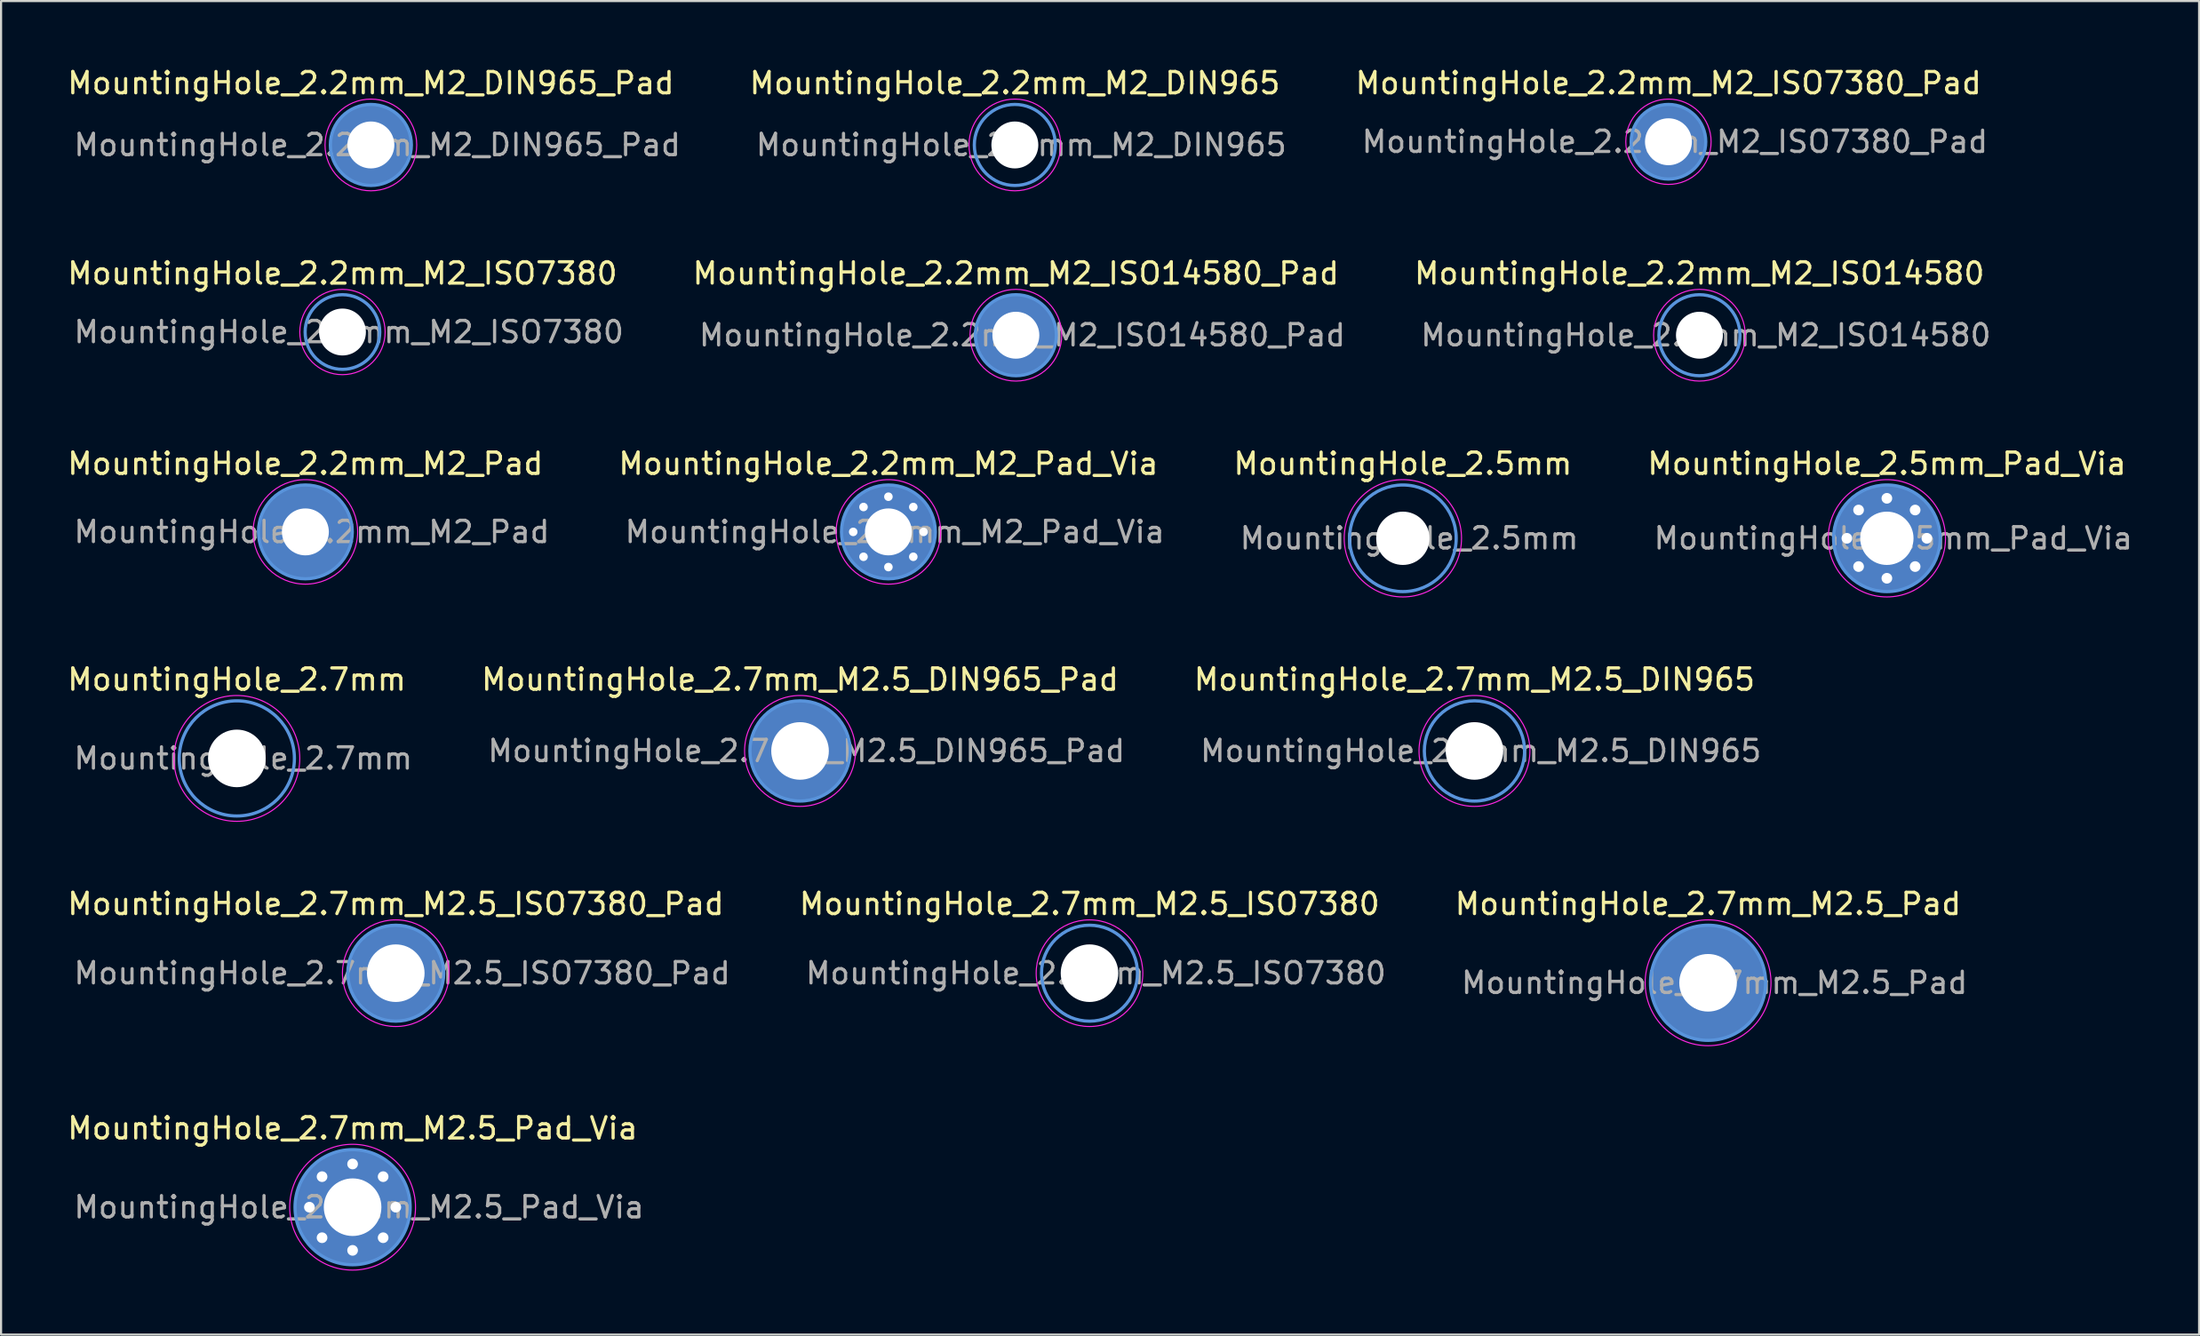
<source format=kicad_pcb>
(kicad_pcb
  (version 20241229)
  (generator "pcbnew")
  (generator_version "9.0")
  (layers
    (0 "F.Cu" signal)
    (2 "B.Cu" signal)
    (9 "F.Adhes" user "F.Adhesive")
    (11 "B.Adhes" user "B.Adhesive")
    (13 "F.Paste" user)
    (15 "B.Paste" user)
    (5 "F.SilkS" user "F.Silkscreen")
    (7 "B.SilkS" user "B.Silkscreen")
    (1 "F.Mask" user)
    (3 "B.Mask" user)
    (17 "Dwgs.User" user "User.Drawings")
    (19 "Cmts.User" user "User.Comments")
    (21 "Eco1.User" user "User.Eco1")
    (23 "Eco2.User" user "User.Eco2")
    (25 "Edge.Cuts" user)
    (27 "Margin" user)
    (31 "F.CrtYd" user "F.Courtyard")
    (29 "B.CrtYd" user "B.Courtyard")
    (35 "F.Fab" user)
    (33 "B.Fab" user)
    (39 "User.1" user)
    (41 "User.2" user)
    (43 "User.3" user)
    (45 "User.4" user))
  (footprint "MountingHole_2.2mm_M2_ISO14580_Pad"
    (layer "F.Cu")
    (at 44.58 12.671)
    (property "Reference" "MountingHole_2.2mm_M2_ISO14580_Pad" (at 0 -2.9 0) (layer "F.SilkS") (effects (font (size 1 1) (thickness 0.15))))
    (attr exclude_from_pos_files exclude_from_bom)
    (fp_circle (center 0 0) (end 1.9 0) (stroke (width 0.15) (type solid)) (fill no) (layer "Cmts.User"))
    (fp_circle (center 0 0) (end 2.15 0) (stroke (width 0.05) (type solid)) (fill no) (layer "F.CrtYd"))
    (fp_text user "${REFERENCE}" (at 0.3 0 0) (layer "F.Fab") (effects (font (size 1 1) (thickness 0.15))))
    (pad "1" thru_hole circle (at 0 0) (size 3.8 3.8) (drill 2.2) (layers "*.Cu" "*.Mask")))
  (footprint "MountingHole_2.2mm_M2_DIN965_Pad"
    (layer "F.Cu")
    (at 14.339 3.748)
    (property "Reference" "MountingHole_2.2mm_M2_DIN965_Pad" (at 0 -2.9 0) (layer "F.SilkS") (effects (font (size 1 1) (thickness 0.15))))
    (attr exclude_from_pos_files exclude_from_bom)
    (fp_circle (center 0 0) (end 1.9 0) (stroke (width 0.15) (type solid)) (fill no) (layer "Cmts.User"))
    (fp_circle (center 0 0) (end 2.15 0) (stroke (width 0.05) (type solid)) (fill no) (layer "F.CrtYd"))
    (fp_text user "${REFERENCE}" (at 0.3 0 0) (layer "F.Fab") (effects (font (size 1 1) (thickness 0.15))))
    (pad "1" thru_hole circle (at 0 0) (size 3.8 3.8) (drill 2.2) (layers "*.Cu" "*.Mask")))
  (footprint "MountingHole_2.7mm_M2.5_Pad_Via"
    (layer "F.Cu")
    (at 13.482 53.565)
    (property "Reference" "MountingHole_2.7mm_M2.5_Pad_Via" (at 0 -3.7 0) (layer "F.SilkS") (effects (font (size 1 1) (thickness 0.15))))
    (attr exclude_from_pos_files exclude_from_bom)
    (fp_circle (center 0 0) (end 2.7 0) (stroke (width 0.15) (type solid)) (fill no) (layer "Cmts.User"))
    (fp_circle (center 0 0) (end 2.95 0) (stroke (width 0.05) (type solid)) (fill no) (layer "F.CrtYd"))
    (fp_text user "${REFERENCE}" (at 0.3 0 0) (layer "F.Fab") (effects (font (size 1 1) (thickness 0.15))))
    (pad "1" thru_hole circle (at -2.025 0) (size 0.8 0.8) (drill 0.5) (layers "*.Cu" "*.Mask"))
    (pad "1" thru_hole circle (at -1.432 -1.432) (size 0.8 0.8) (drill 0.5) (layers "*.Cu" "*.Mask"))
    (pad "1" thru_hole circle (at -1.432 1.432) (size 0.8 0.8) (drill 0.5) (layers "*.Cu" "*.Mask"))
    (pad "1" thru_hole circle (at 0 -2.025) (size 0.8 0.8) (drill 0.5) (layers "*.Cu" "*.Mask"))
    (pad "1" thru_hole circle (at 0 0) (size 5.4 5.4) (drill 2.7) (layers "*.Cu" "*.Mask"))
    (pad "1" thru_hole circle (at 0 2.025) (size 0.8 0.8) (drill 0.5) (layers "*.Cu" "*.Mask"))
    (pad "1" thru_hole circle (at 1.432 -1.432) (size 0.8 0.8) (drill 0.5) (layers "*.Cu" "*.Mask"))
    (pad "1" thru_hole circle (at 1.432 1.432) (size 0.8 0.8) (drill 0.5) (layers "*.Cu" "*.Mask"))
    (pad "1" thru_hole circle (at 2.025 0) (size 0.8 0.8) (drill 0.5) (layers "*.Cu" "*.Mask")))
  (footprint "MountingHole_2.7mm"
    (layer "F.Cu")
    (at 8.054 32.518)
    (property "Reference" "MountingHole_2.7mm" (at 0 -3.7 0) (layer "F.SilkS") (effects (font (size 1 1) (thickness 0.15))))
    (attr exclude_from_pos_files exclude_from_bom)
    (fp_circle (center 0 0) (end 2.7 0) (stroke (width 0.15) (type solid)) (fill no) (layer "Cmts.User"))
    (fp_circle (center 0 0) (end 2.95 0) (stroke (width 0.05) (type solid)) (fill no) (layer "F.CrtYd"))
    (fp_text user "${REFERENCE}" (at 0.3 0 0) (layer "F.Fab") (effects (font (size 1 1) (thickness 0.15))))
    (pad "" np_thru_hole circle (at 0 0) (size 2.7 2.7) (drill 2.7) (layers "*.Cu" "*.Mask")))
  (footprint "MountingHole_2.7mm_M2.5_ISO7380"
    (layer "F.Cu")
    (at 48.032 42.591)
    (property "Reference" "MountingHole_2.7mm_M2.5_ISO7380" (at 0 -3.25 0) (layer "F.SilkS") (effects (font (size 1 1) (thickness 0.15))))
    (attr exclude_from_pos_files exclude_from_bom)
    (fp_circle (center 0 0) (end 2.25 0) (stroke (width 0.15) (type solid)) (fill no) (layer "Cmts.User"))
    (fp_circle (center 0 0) (end 2.5 0) (stroke (width 0.05) (type solid)) (fill no) (layer "F.CrtYd"))
    (fp_text user "${REFERENCE}" (at 0.3 0 0) (layer "F.Fab") (effects (font (size 1 1) (thickness 0.15))))
    (pad "" np_thru_hole circle (at 0 0) (size 2.7 2.7) (drill 2.7) (layers "*.Cu" "*.Mask")))
  (footprint "MountingHole_2.2mm_M2_Pad_Via"
    (layer "F.Cu")
    (at 38.604 21.895)
    (property "Reference" "MountingHole_2.2mm_M2_Pad_Via" (at 0 -3.2 0) (layer "F.SilkS") (effects (font (size 1 1) (thickness 0.15))))
    (attr exclude_from_pos_files exclude_from_bom)
    (fp_circle (center 0 0) (end 2.2 0) (stroke (width 0.15) (type solid)) (fill no) (layer "Cmts.User"))
    (fp_circle (center 0 0) (end 2.45 0) (stroke (width 0.05) (type solid)) (fill no) (layer "F.CrtYd"))
    (fp_text user "${REFERENCE}" (at 0.3 0 0) (layer "F.Fab") (effects (font (size 1 1) (thickness 0.15))))
    (pad "1" thru_hole circle (at -1.65 0) (size 0.7 0.7) (drill 0.4) (layers "*.Cu" "*.Mask"))
    (pad "1" thru_hole circle (at -1.167 -1.167) (size 0.7 0.7) (drill 0.4) (layers "*.Cu" "*.Mask"))
    (pad "1" thru_hole circle (at -1.167 1.167) (size 0.7 0.7) (drill 0.4) (layers "*.Cu" "*.Mask"))
    (pad "1" thru_hole circle (at 0 -1.65) (size 0.7 0.7) (drill 0.4) (layers "*.Cu" "*.Mask"))
    (pad "1" thru_hole circle (at 0 0) (size 4.4 4.4) (drill 2.2) (layers "*.Cu" "*.Mask"))
    (pad "1" thru_hole circle (at 0 1.65) (size 0.7 0.7) (drill 0.4) (layers "*.Cu" "*.Mask"))
    (pad "1" thru_hole circle (at 1.167 -1.167) (size 0.7 0.7) (drill 0.4) (layers "*.Cu" "*.Mask"))
    (pad "1" thru_hole circle (at 1.167 1.167) (size 0.7 0.7) (drill 0.4) (layers "*.Cu" "*.Mask"))
    (pad "1" thru_hole circle (at 1.65 0) (size 0.7 0.7) (drill 0.4) (layers "*.Cu" "*.Mask")))
  (footprint "MountingHole_2.7mm_M2.5_Pad"
    (layer "F.Cu")
    (at 77.035 43.041)
    (property "Reference" "MountingHole_2.7mm_M2.5_Pad" (at 0 -3.7 0) (layer "F.SilkS") (effects (font (size 1 1) (thickness 0.15))))
    (attr exclude_from_pos_files exclude_from_bom)
    (fp_circle (center 0 0) (end 2.7 0) (stroke (width 0.15) (type solid)) (fill no) (layer "Cmts.User"))
    (fp_circle (center 0 0) (end 2.95 0) (stroke (width 0.05) (type solid)) (fill no) (layer "F.CrtYd"))
    (fp_text user "${REFERENCE}" (at 0.3 0 0) (layer "F.Fab") (effects (font (size 1 1) (thickness 0.15))))
    (pad "1" thru_hole circle (at 0 0) (size 5.4 5.4) (drill 2.7) (layers "*.Cu" "*.Mask")))
  (footprint "MountingHole_2.5mm_Pad_Via"
    (layer "F.Cu")
    (at 85.418 22.195)
    (property "Reference" "MountingHole_2.5mm_Pad_Via" (at 0 -3.5 0) (layer "F.SilkS") (effects (font (size 1 1) (thickness 0.15))))
    (attr exclude_from_pos_files exclude_from_bom)
    (fp_circle (center 0 0) (end 2.5 0) (stroke (width 0.15) (type solid)) (fill no) (layer "Cmts.User"))
    (fp_circle (center 0 0) (end 2.75 0) (stroke (width 0.05) (type solid)) (fill no) (layer "F.CrtYd"))
    (fp_text user "${REFERENCE}" (at 0.3 0 0) (layer "F.Fab") (effects (font (size 1 1) (thickness 0.15))))
    (pad "1" thru_hole circle (at -1.875 0) (size 0.8 0.8) (drill 0.5) (layers "*.Cu" "*.Mask"))
    (pad "1" thru_hole circle (at -1.326 -1.326) (size 0.8 0.8) (drill 0.5) (layers "*.Cu" "*.Mask"))
    (pad "1" thru_hole circle (at -1.326 1.326) (size 0.8 0.8) (drill 0.5) (layers "*.Cu" "*.Mask"))
    (pad "1" thru_hole circle (at 0 -1.875) (size 0.8 0.8) (drill 0.5) (layers "*.Cu" "*.Mask"))
    (pad "1" thru_hole circle (at 0 0) (size 5 5) (drill 2.5) (layers "*.Cu" "*.Mask"))
    (pad "1" thru_hole circle (at 0 1.875) (size 0.8 0.8) (drill 0.5) (layers "*.Cu" "*.Mask"))
    (pad "1" thru_hole circle (at 1.326 -1.326) (size 0.8 0.8) (drill 0.5) (layers "*.Cu" "*.Mask"))
    (pad "1" thru_hole circle (at 1.326 1.326) (size 0.8 0.8) (drill 0.5) (layers "*.Cu" "*.Mask"))
    (pad "1" thru_hole circle (at 1.875 0) (size 0.8 0.8) (drill 0.5) (layers "*.Cu" "*.Mask")))
  (footprint "MountingHole_2.2mm_M2_ISO14580"
    (layer "F.Cu")
    (at 76.63 12.671)
    (property "Reference" "MountingHole_2.2mm_M2_ISO14580" (at 0 -2.9 0) (layer "F.SilkS") (effects (font (size 1 1) (thickness 0.15))))
    (attr exclude_from_pos_files exclude_from_bom)
    (fp_circle (center 0 0) (end 1.9 0) (stroke (width 0.15) (type solid)) (fill no) (layer "Cmts.User"))
    (fp_circle (center 0 0) (end 2.15 0) (stroke (width 0.05) (type solid)) (fill no) (layer "F.CrtYd"))
    (fp_text user "${REFERENCE}" (at 0.3 0 0) (layer "F.Fab") (effects (font (size 1 1) (thickness 0.15))))
    (pad "" np_thru_hole circle (at 0 0) (size 2.2 2.2) (drill 2.2) (layers "*.Cu" "*.Mask")))
  (footprint "MountingHole_2.7mm_M2.5_ISO7380_Pad"
    (layer "F.Cu")
    (at 15.506 42.591)
    (property "Reference" "MountingHole_2.7mm_M2.5_ISO7380_Pad" (at 0 -3.25 0) (layer "F.SilkS") (effects (font (size 1 1) (thickness 0.15))))
    (attr exclude_from_pos_files exclude_from_bom)
    (fp_circle (center 0 0) (end 2.25 0) (stroke (width 0.15) (type solid)) (fill no) (layer "Cmts.User"))
    (fp_circle (center 0 0) (end 2.5 0) (stroke (width 0.05) (type solid)) (fill no) (layer "F.CrtYd"))
    (fp_text user "${REFERENCE}" (at 0.3 0 0) (layer "F.Fab") (effects (font (size 1 1) (thickness 0.15))))
    (pad "1" thru_hole circle (at 0 0) (size 4.5 4.5) (drill 2.7) (layers "*.Cu" "*.Mask")))
  (footprint "MountingHole_2.7mm_M2.5_DIN965"
    (layer "F.Cu")
    (at 66.082 32.168)
    (property "Reference" "MountingHole_2.7mm_M2.5_DIN965" (at 0 -3.35 0) (layer "F.SilkS") (effects (font (size 1 1) (thickness 0.15))))
    (attr exclude_from_pos_files exclude_from_bom)
    (fp_circle (center 0 0) (end 2.35 0) (stroke (width 0.15) (type solid)) (fill no) (layer "Cmts.User"))
    (fp_circle (center 0 0) (end 2.6 0) (stroke (width 0.05) (type solid)) (fill no) (layer "F.CrtYd"))
    (fp_text user "${REFERENCE}" (at 0.3 0 0) (layer "F.Fab") (effects (font (size 1 1) (thickness 0.15))))
    (pad "" np_thru_hole circle (at 0 0) (size 2.7 2.7) (drill 2.7) (layers "*.Cu" "*.Mask")))
  (footprint "MountingHole_2.5mm"
    (layer "F.Cu")
    (at 62.725 22.195)
    (property "Reference" "MountingHole_2.5mm" (at 0 -3.5 0) (layer "F.SilkS") (effects (font (size 1 1) (thickness 0.15))))
    (attr exclude_from_pos_files exclude_from_bom)
    (fp_circle (center 0 0) (end 2.5 0) (stroke (width 0.15) (type solid)) (fill no) (layer "Cmts.User"))
    (fp_circle (center 0 0) (end 2.75 0) (stroke (width 0.05) (type solid)) (fill no) (layer "F.CrtYd"))
    (fp_text user "${REFERENCE}" (at 0.3 0 0) (layer "F.Fab") (effects (font (size 1 1) (thickness 0.15))))
    (pad "" np_thru_hole circle (at 0 0) (size 2.5 2.5) (drill 2.5) (layers "*.Cu" "*.Mask")))
  (footprint "MountingHole_2.2mm_M2_ISO7380_Pad"
    (layer "F.Cu")
    (at 75.177 3.598)
    (property "Reference" "MountingHole_2.2mm_M2_ISO7380_Pad" (at 0 -2.75 0) (layer "F.SilkS") (effects (font (size 1 1) (thickness 0.15))))
    (attr exclude_from_pos_files exclude_from_bom)
    (fp_circle (center 0 0) (end 1.75 0) (stroke (width 0.15) (type solid)) (fill no) (layer "Cmts.User"))
    (fp_circle (center 0 0) (end 2 0) (stroke (width 0.05) (type solid)) (fill no) (layer "F.CrtYd"))
    (fp_text user "${REFERENCE}" (at 0.3 0 0) (layer "F.Fab") (effects (font (size 1 1) (thickness 0.15))))
    (pad "1" thru_hole circle (at 0 0) (size 3.5 3.5) (drill 2.2) (layers "*.Cu" "*.Mask")))
  (footprint "MountingHole_2.2mm_M2_Pad"
    (layer "F.Cu")
    (at 11.268 21.895)
    (property "Reference" "MountingHole_2.2mm_M2_Pad" (at 0 -3.2 0) (layer "F.SilkS") (effects (font (size 1 1) (thickness 0.15))))
    (attr exclude_from_pos_files exclude_from_bom)
    (fp_circle (center 0 0) (end 2.2 0) (stroke (width 0.15) (type solid)) (fill no) (layer "Cmts.User"))
    (fp_circle (center 0 0) (end 2.45 0) (stroke (width 0.05) (type solid)) (fill no) (layer "F.CrtYd"))
    (fp_text user "${REFERENCE}" (at 0.3 0 0) (layer "F.Fab") (effects (font (size 1 1) (thickness 0.15))))
    (pad "1" thru_hole circle (at 0 0) (size 4.4 4.4) (drill 2.2) (layers "*.Cu" "*.Mask")))
  (footprint "MountingHole_2.7mm_M2.5_DIN965_Pad"
    (layer "F.Cu")
    (at 34.461 32.168)
    (property "Reference" "MountingHole_2.7mm_M2.5_DIN965_Pad" (at 0 -3.35 0) (layer "F.SilkS") (effects (font (size 1 1) (thickness 0.15))))
    (attr exclude_from_pos_files exclude_from_bom)
    (fp_circle (center 0 0) (end 2.35 0) (stroke (width 0.15) (type solid)) (fill no) (layer "Cmts.User"))
    (fp_circle (center 0 0) (end 2.6 0) (stroke (width 0.05) (type solid)) (fill no) (layer "F.CrtYd"))
    (fp_text user "${REFERENCE}" (at 0.3 0 0) (layer "F.Fab") (effects (font (size 1 1) (thickness 0.15))))
    (pad "1" thru_hole circle (at 0 0) (size 4.7 4.7) (drill 2.7) (layers "*.Cu" "*.Mask")))
  (footprint "MountingHole_2.2mm_M2_ISO7380"
    (layer "F.Cu")
    (at 13.006 12.521)
    (property "Reference" "MountingHole_2.2mm_M2_ISO7380" (at 0 -2.75 0) (layer "F.SilkS") (effects (font (size 1 1) (thickness 0.15))))
    (attr exclude_from_pos_files exclude_from_bom)
    (fp_circle (center 0 0) (end 1.75 0) (stroke (width 0.15) (type solid)) (fill no) (layer "Cmts.User"))
    (fp_circle (center 0 0) (end 2 0) (stroke (width 0.05) (type solid)) (fill no) (layer "F.CrtYd"))
    (fp_text user "${REFERENCE}" (at 0.3 0 0) (layer "F.Fab") (effects (font (size 1 1) (thickness 0.15))))
    (pad "" np_thru_hole circle (at 0 0) (size 2.2 2.2) (drill 2.2) (layers "*.Cu" "*.Mask")))
  (footprint "MountingHole_2.2mm_M2_DIN965"
    (layer "F.Cu")
    (at 44.532 3.748)
    (property "Reference" "MountingHole_2.2mm_M2_DIN965" (at 0 -2.9 0) (layer "F.SilkS") (effects (font (size 1 1) (thickness 0.15))))
    (attr exclude_from_pos_files exclude_from_bom)
    (fp_circle (center 0 0) (end 1.9 0) (stroke (width 0.15) (type solid)) (fill no) (layer "Cmts.User"))
    (fp_circle (center 0 0) (end 2.15 0) (stroke (width 0.05) (type solid)) (fill no) (layer "F.CrtYd"))
    (fp_text user "${REFERENCE}" (at 0.3 0 0) (layer "F.Fab") (effects (font (size 1 1) (thickness 0.15))))
    (pad "" np_thru_hole circle (at 0 0) (size 2.2 2.2) (drill 2.2) (layers "*.Cu" "*.Mask")))
  (gr_rect
    (start -3 -3)
    (end 100.057 59.539)
    (stroke (width 0.1) (type default))
    (fill no)
    (layer "Edge.Cuts")))
</source>
